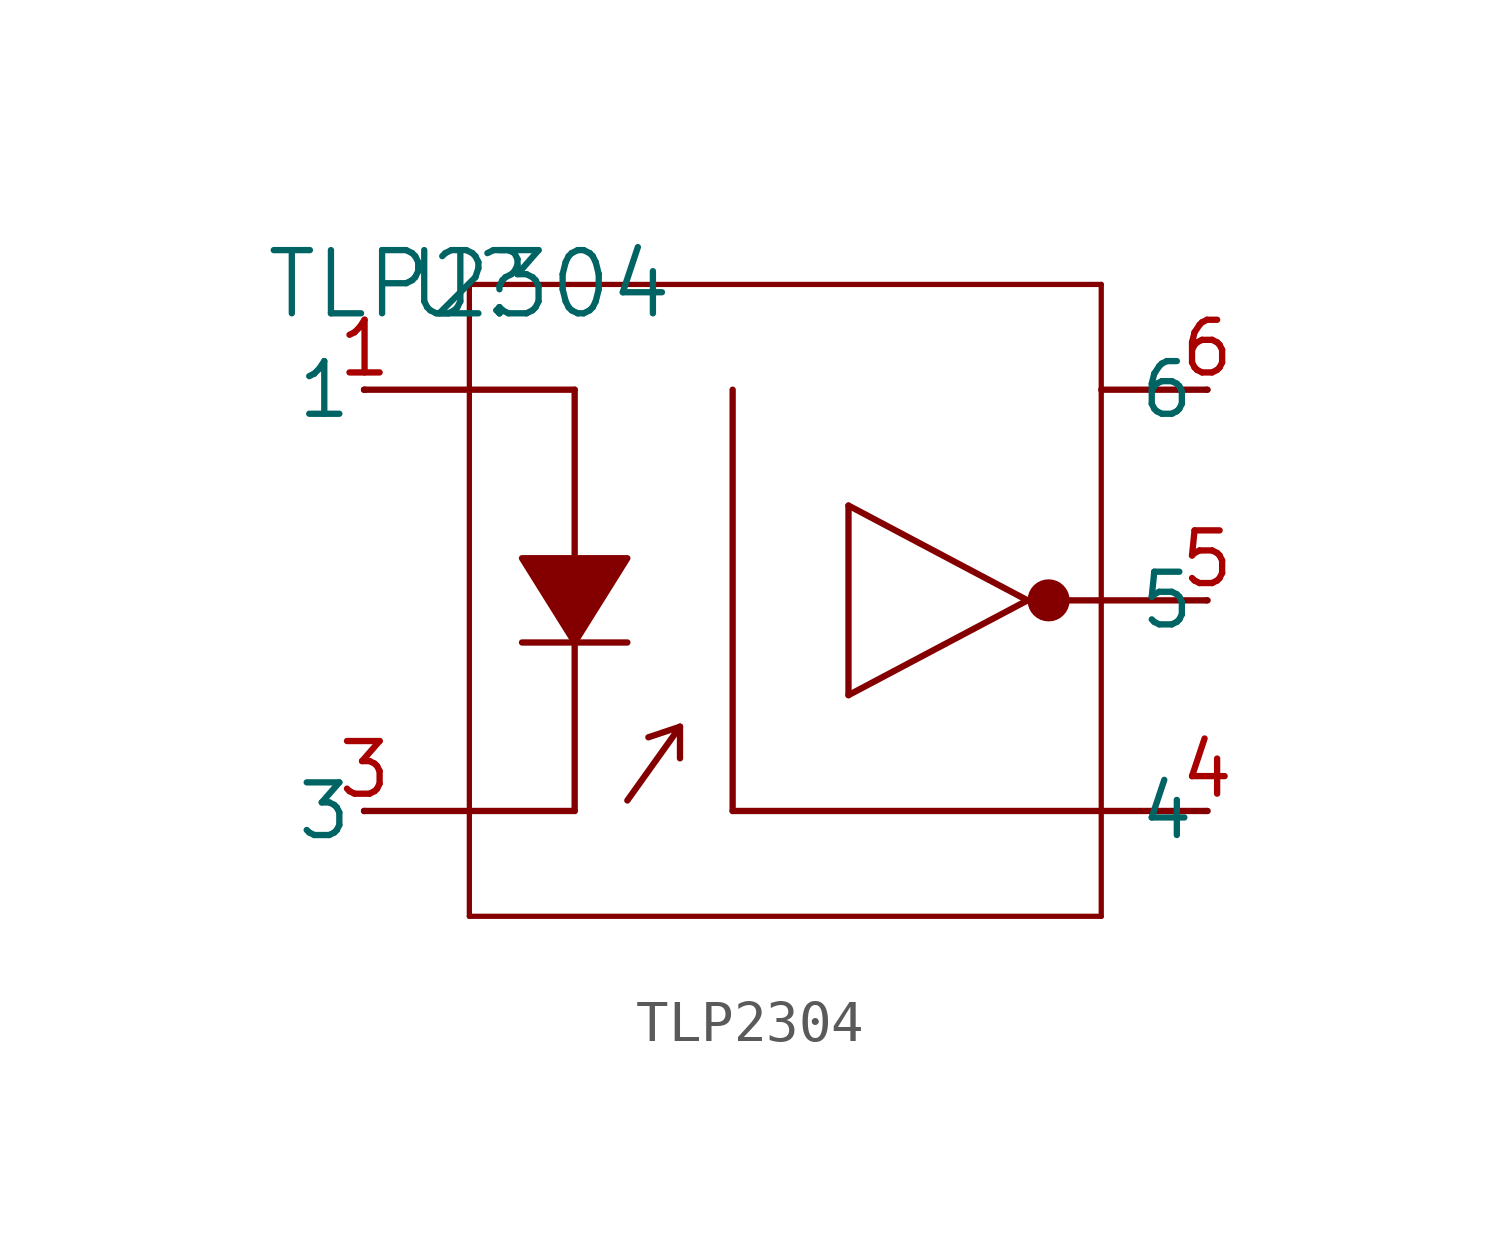
<source format=kicad_sym>
(kicad_symbol_lib
  (version 20211014)
  (generator kicad_symbol_editor)
  (symbol "TLP2304"
    (pin_names
      (offset 0.254))
    (property "Reference" "U"
      (at 0 0 0)
      (effects (font (size 1.524 1.524))))
    (property "Value" "TLP2304"
      (at 0 0 0)
      (effects (font (size 1.524 1.524))))
    (symbol "TLP2304_0_1"
      (polyline (pts (xy 1.27 -6.604) (xy 1.27 -6.604) (xy 3.81 -6.604) (xy 2.54 -8.636) (xy 1.27 -6.604)) (stroke (width 0) (type default) (color 0 0 0 0)) (fill (type outline)))
      (polyline (pts (xy -2.54 -2.54) (xy 0 -2.54)) (stroke (width 0) (type default) (color 0 0 0 0)) (fill (type none)))
      (polyline (pts (xy -2.54 -12.7) (xy 0 -12.7)) (stroke (width 0) (type default) (color 0 0 0 0)) (fill (type none)))
      (polyline (pts (xy 17.78 -12.7) (xy 15.24 -12.7)) (stroke (width 0) (type default) (color 0 0 0 0)) (fill (type none)))
      (polyline (pts (xy 17.78 -7.62) (xy 15.24 -7.62)) (stroke (width 0) (type default) (color 0 0 0 0)) (fill (type none)))
      (polyline (pts (xy 17.78 -2.54) (xy 15.24 -2.54)) (stroke (width 0) (type default) (color 0 0 0 0)) (fill (type none)))
      (polyline (pts (xy 0 -15.24) (xy 0 0)) (stroke (width 0.127) (type default) (color 0 0 0 0)) (fill (type none)))
      (polyline (pts (xy 0 0) (xy 15.24 0)) (stroke (width 0.127) (type default) (color 0 0 0 0)) (fill (type none)))
      (polyline (pts (xy 15.24 0) (xy 15.24 -15.24)) (stroke (width 0.127) (type default) (color 0 0 0 0)) (fill (type none)))
      (polyline (pts (xy 15.24 -15.24) (xy 0 -15.24)) (stroke (width 0.127) (type default) (color 0 0 0 0)) (fill (type none)))
      (polyline (pts (xy 1.27 -8.636) (xy 3.81 -8.636)) (stroke (width 0) (type default) (color 0 0 0 0)) (fill (type none)))
      (polyline (pts (xy 0 -2.54) (xy 2.54 -2.54)) (stroke (width 0) (type default) (color 0 0 0 0)) (fill (type none)))
      (polyline (pts (xy 0 -12.7) (xy 2.54 -12.7)) (stroke (width 0) (type default) (color 0 0 0 0)) (fill (type none)))
      (polyline (pts (xy 2.54 -2.54) (xy 2.54 -6.604)) (stroke (width 0) (type default) (color 0 0 0 0)) (fill (type none)))
      (polyline (pts (xy 2.54 -12.7) (xy 2.54 -8.636)) (stroke (width 0) (type default) (color 0 0 0 0)) (fill (type none)))
      (polyline (pts (xy 9.144 -5.334) (xy 9.144 -9.906)) (stroke (width 0) (type default) (color 0 0 0 0)) (fill (type none)))
      (polyline (pts (xy 14.478 -7.62) (xy 15.24 -7.62)) (stroke (width 0) (type default) (color 0 0 0 0)) (fill (type none)))
      (polyline (pts (xy 6.35 -12.7) (xy 15.24 -12.7)) (stroke (width 0) (type default) (color 0 0 0 0)) (fill (type none)))
      (polyline (pts (xy 6.35 -2.54) (xy 6.35 -12.7)) (stroke (width 0) (type default) (color 0 0 0 0)) (fill (type none)))
      (polyline (pts (xy 5.08 -10.668) (xy 3.81 -12.446)) (stroke (width 0) (type default) (color 0 0 0 0)) (fill (type none)))
      (polyline (pts (xy 4.318 -10.922) (xy 5.08 -10.668)) (stroke (width 0) (type default) (color 0 0 0 0)) (fill (type none)))
      (polyline (pts (xy 5.08 -11.43) (xy 5.08 -10.668)) (stroke (width 0) (type default) (color 0 0 0 0)) (fill (type none)))
      (polyline (pts (xy 9.144 -9.906) (xy 13.462 -7.62)) (stroke (width 0) (type default) (color 0 0 0 0)) (fill (type none)))
      (polyline (pts (xy 9.144 -5.334) (xy 13.462 -7.62)) (stroke (width 0) (type default) (color 0 0 0 0)) (fill (type none)))
      (circle (center 13.97 -7.62) (radius 0.254) (stroke (width 0.508) (type default) (color 0 0 0 0)) (fill (type none)))
      (pin unspecified line (at -2.515 -2.54 180) (length 0.025) (name "1" (effects (font (size 1.27 1.27)))) (number "1" (effects (font (size 1.27 1.27)))))
      (pin unspecified line (at -2.515 -12.7 180) (length 0.025) (name "3" (effects (font (size 1.27 1.27)))) (number "3" (effects (font (size 1.27 1.27)))))
      (pin power_out line (at 17.805 -12.7 180) (length 0.025) (name "4" (effects (font (size 1.27 1.27)))) (number "4" (effects (font (size 1.27 1.27)))))
      (pin output line (at 17.805 -7.62 180) (length 0.025) (name "5" (effects (font (size 1.27 1.27)))) (number "5" (effects (font (size 1.27 1.27)))))
      (pin unspecified line (at 17.805 -2.54 180) (length 0.025) (name "6" (effects (font (size 1.27 1.27)))) (number "6" (effects (font (size 1.27 1.27))))))))
</source>
